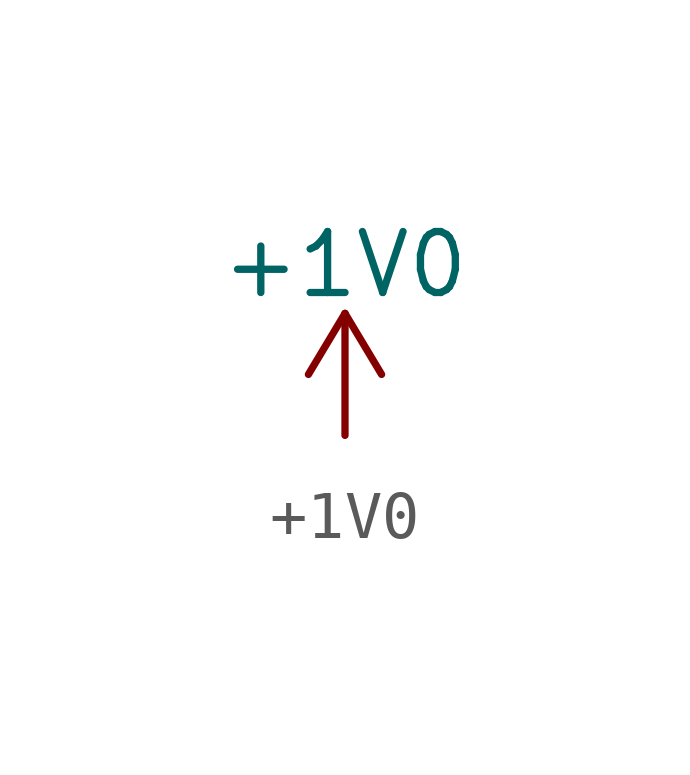
<source format=kicad_sym>
(kicad_symbol_lib
  (version 20211014)
  (generator kicad_symbol_editor)
  (symbol "power1:+1V0"
    (power)
    (pin_names
      (offset 0))
    (property "Reference" "#PWR"
      (at 0 -3.81 0)
      (effects (font (size 1.27 1.27)) hide))
    (property "Value" "+1V0"
      (at 0 3.556 0)
      (effects (font (size 1.27 1.27))))
    (symbol "+1V0_0_1"
      (polyline (pts (xy -0.762 1.27) (xy 0 2.54)) (stroke (width 0) (type default) (color 0 0 0 0)) (fill (type none)))
      (polyline (pts (xy 0 0) (xy 0 2.54)) (stroke (width 0) (type default) (color 0 0 0 0)) (fill (type none)))
      (polyline (pts (xy 0 2.54) (xy 0.762 1.27)) (stroke (width 0) (type default) (color 0 0 0 0)) (fill (type none))))
    (symbol "+1V0_1_1"
      (pin power_in line (at 0 0 90) (length 0) hide (name "+1V0" (effects (font (size 1.27 1.27)))) (number "1" (effects (font (size 1.27 1.27))))))))
</source>
